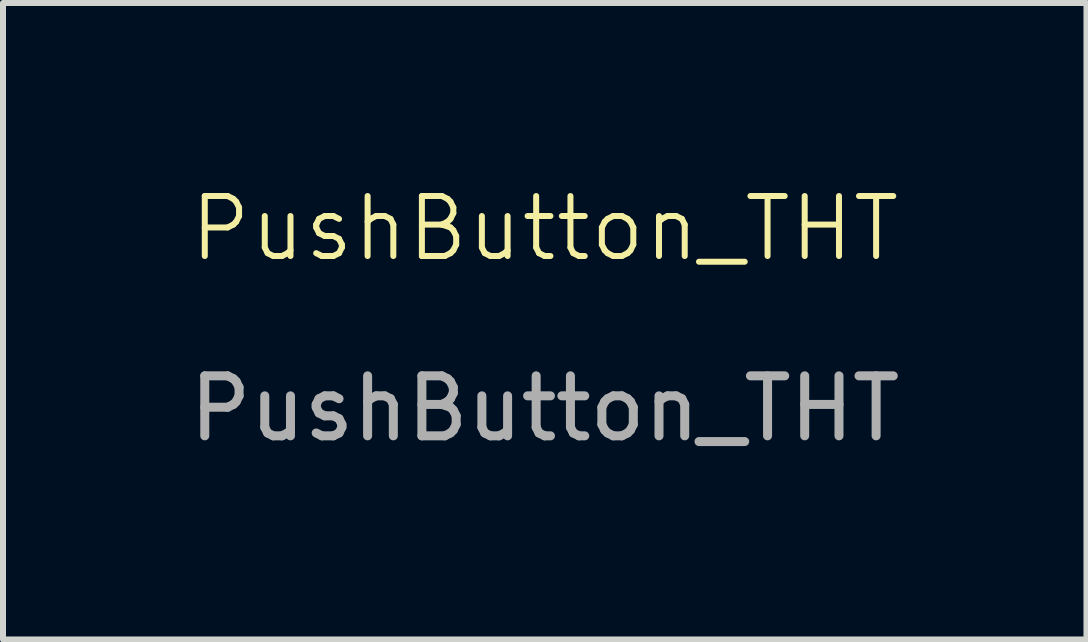
<source format=kicad_pcb>
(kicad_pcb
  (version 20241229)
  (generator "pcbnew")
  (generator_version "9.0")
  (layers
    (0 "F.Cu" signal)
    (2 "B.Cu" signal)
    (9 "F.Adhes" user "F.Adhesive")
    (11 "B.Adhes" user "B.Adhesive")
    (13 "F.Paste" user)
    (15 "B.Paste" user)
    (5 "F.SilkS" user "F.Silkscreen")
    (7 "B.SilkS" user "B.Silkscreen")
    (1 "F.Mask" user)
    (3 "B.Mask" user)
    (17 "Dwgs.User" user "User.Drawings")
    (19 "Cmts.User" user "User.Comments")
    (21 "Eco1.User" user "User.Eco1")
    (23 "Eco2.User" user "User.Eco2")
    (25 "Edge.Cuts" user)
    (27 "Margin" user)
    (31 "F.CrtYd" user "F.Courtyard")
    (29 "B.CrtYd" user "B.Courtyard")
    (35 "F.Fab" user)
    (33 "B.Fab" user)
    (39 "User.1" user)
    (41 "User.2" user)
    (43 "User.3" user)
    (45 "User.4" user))
  (footprint "PushButton_THT"
    (layer "F.Cu")
    (at 6.03 1.26)
    (property "Reference" "PushButton_THT" (at 0 -0.5 0) (unlocked yes) (layer "F.SilkS") (effects (font (size 1 1) (thickness 0.1))))
    (attr through_hole)
    (fp_text user "${REFERENCE}" (at 0 2.5 0) (unlocked yes) (layer "F.Fab") (effects (font (size 1 1) (thickness 0.15)))))
  (gr_rect
    (start -3 -3)
    (end 15.06 7.609)
    (stroke (width 0.1) (type default))
    (fill no)
    (layer "Edge.Cuts")))
</source>
